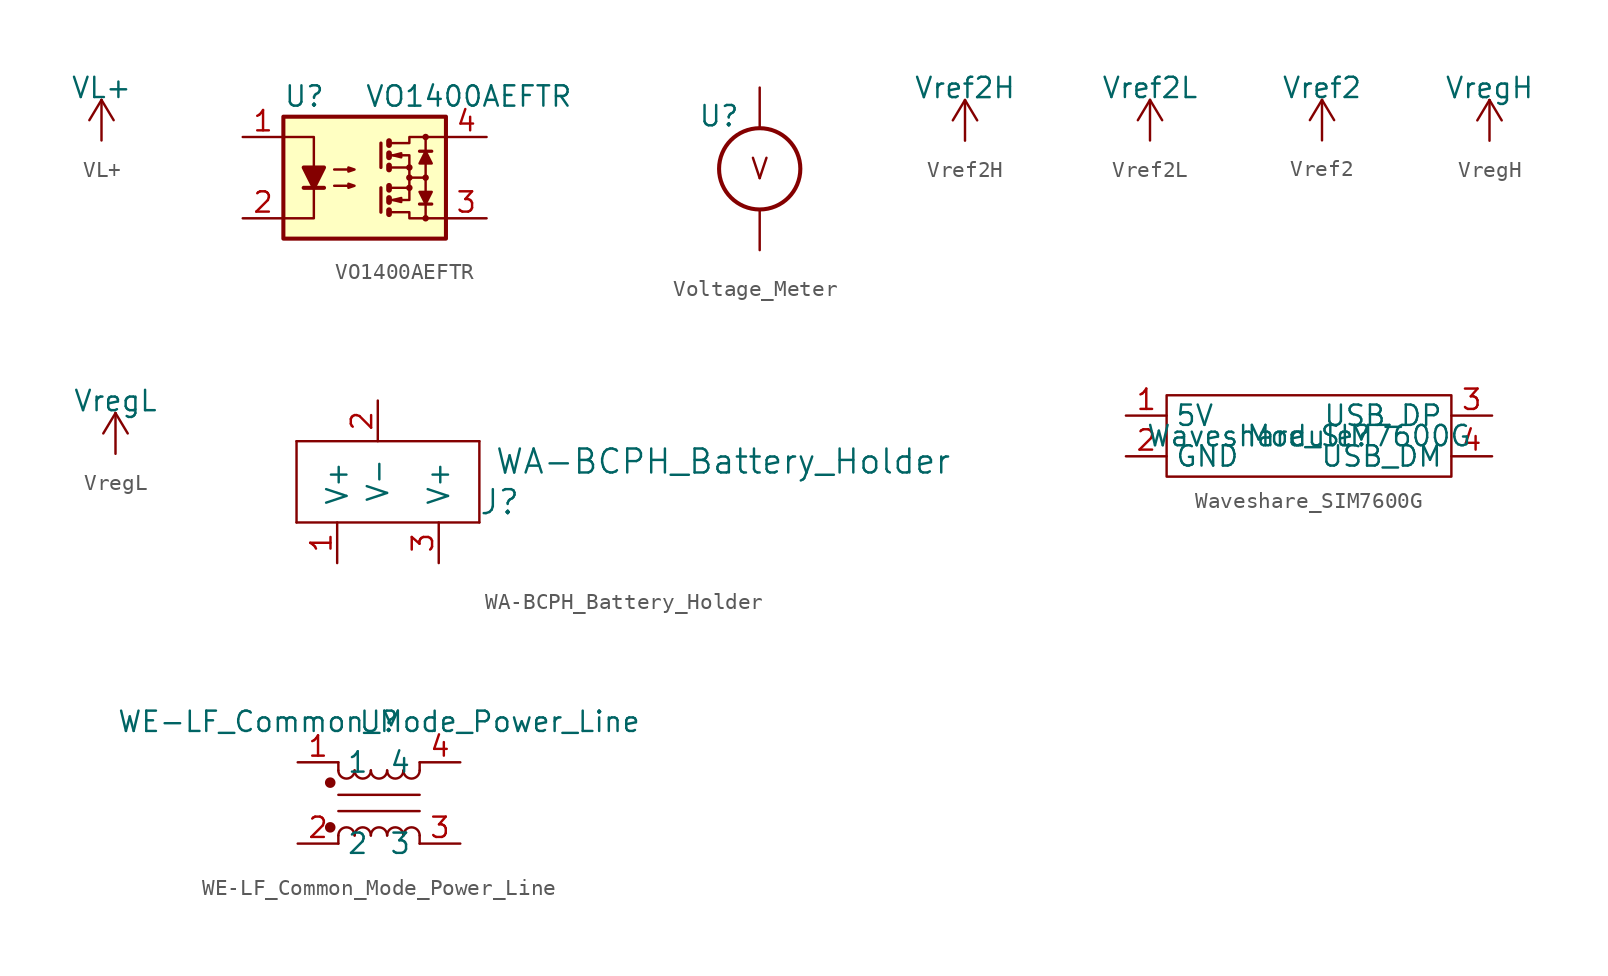
<source format=kicad_sym>
(kicad_symbol_lib
  (version 20231120)
  (generator "kicad_symbol_editor")
  (generator_version "8.0")
  (symbol "VL+"
    (power)
    (pin_names
      (offset 0))
    (property "Reference" "#PWR"
      (at 0 -3.81 0)
      (effects (font (size 1.27 1.27)) (hide yes)))
    (property "Value" "VL+"
      (at 0 3.302 0)
      (effects (font (size 1.27 1.27))))
    (symbol "VL+_0_1"
      (polyline (pts (xy -0.762 1.27) (xy 0 2.54)) (stroke (width 0) (type default)) (fill (type none)))
      (polyline (pts (xy 0 0) (xy 0 2.54)) (stroke (width 0) (type default)) (fill (type none)))
      (polyline (pts (xy 0 2.54) (xy 0.762 1.27)) (stroke (width 0) (type default)) (fill (type none))))
    (symbol "VL+_1_1"
      (pin power_in line (at 0 0 90) (length 0) hide (name "VL+" (effects (font (size 1.27 1.27)))) (number "1" (effects (font (size 1.27 1.27)))))))
  (symbol "VO1400AEFTR"
    (pin_names
      (offset 1.016))
    (property "Reference" "U"
      (at -5.08 5.08 0)
      (effects (font (size 1.27 1.27)) (justify left)))
    (property "Value" "VO1400AEFTR"
      (at 0 5.08 0)
      (effects (font (size 1.27 1.27)) (justify left)))
    (symbol "VO1400AEFTR_0_1"
      (rectangle (start -5.08 3.81) (end 5.08 -3.81) (stroke (width 0.254) (type default)) (fill (type background)))
      (polyline (pts (xy -3.81 -0.635) (xy -2.54 -0.635)) (stroke (width 0.254) (type default)) (fill (type none)))
      (polyline (pts (xy 1.016 -0.635) (xy 1.016 -2.159)) (stroke (width 0.203) (type default)) (fill (type none)))
      (polyline (pts (xy 1.016 2.159) (xy 1.016 0.635)) (stroke (width 0.203) (type default)) (fill (type none)))
      (polyline (pts (xy 1.524 -0.508) (xy 1.524 -0.762)) (stroke (width 0.356) (type default)) (fill (type none)))
      (polyline (pts (xy 2.794 0) (xy 3.81 0)) (stroke (width 0) (type default)) (fill (type none)))
      (polyline (pts (xy 3.429 -1.651) (xy 4.191 -1.651)) (stroke (width 0.203) (type default)) (fill (type none)))
      (polyline (pts (xy 3.429 1.651) (xy 4.191 1.651)) (stroke (width 0.203) (type default)) (fill (type none)))
      (polyline (pts (xy 3.81 0) (xy 3.81 -2.54)) (stroke (width 0) (type default)) (fill (type none)))
      (polyline (pts (xy 3.81 0) (xy 3.81 2.54)) (stroke (width 0) (type default)) (fill (type none)))
      (polyline (pts (xy -5.08 2.54) (xy -3.175 2.54) (xy -3.175 0.635)) (stroke (width 0) (type default)) (fill (type none)))
      (polyline (pts (xy -3.175 -0.635) (xy -3.175 -2.54) (xy -5.08 -2.54)) (stroke (width 0) (type default)) (fill (type none)))
      (polyline (pts (xy 1.524 -2.032) (xy 1.524 -2.286) (xy 1.524 -2.286)) (stroke (width 0.356) (type default)) (fill (type none)))
      (polyline (pts (xy 1.524 -1.27) (xy 1.524 -1.524) (xy 1.524 -1.524)) (stroke (width 0.356) (type default)) (fill (type none)))
      (polyline (pts (xy 1.524 0.762) (xy 1.524 0.508) (xy 1.524 0.508)) (stroke (width 0.356) (type default)) (fill (type none)))
      (polyline (pts (xy 1.524 1.524) (xy 1.524 1.27) (xy 1.524 1.27)) (stroke (width 0.356) (type default)) (fill (type none)))
      (polyline (pts (xy 1.524 2.286) (xy 1.524 2.032) (xy 1.524 2.032)) (stroke (width 0.356) (type default)) (fill (type none)))
      (polyline (pts (xy 1.651 -1.397) (xy 2.794 -1.397) (xy 2.794 -0.635)) (stroke (width 0) (type default)) (fill (type none)))
      (polyline (pts (xy 1.651 1.397) (xy 2.794 1.397) (xy 2.794 0.635)) (stroke (width 0) (type default)) (fill (type none)))
      (polyline (pts (xy -3.175 -0.635) (xy -3.81 0.635) (xy -2.54 0.635) (xy -3.175 -0.635)) (stroke (width 0.254) (type default)) (fill (type outline)))
      (polyline (pts (xy 1.651 -2.159) (xy 2.794 -2.159) (xy 2.794 -2.54) (xy 5.08 -2.54)) (stroke (width 0) (type default)) (fill (type none)))
      (polyline (pts (xy 1.651 -0.635) (xy 2.794 -0.635) (xy 2.794 0.635) (xy 1.651 0.635)) (stroke (width 0) (type default)) (fill (type none)))
      (polyline (pts (xy 1.651 2.159) (xy 2.794 2.159) (xy 2.794 2.54) (xy 5.08 2.54)) (stroke (width 0) (type default)) (fill (type none)))
      (polyline (pts (xy 1.778 -1.397) (xy 2.286 -1.27) (xy 2.286 -1.524) (xy 1.778 -1.397)) (stroke (width 0) (type default)) (fill (type none)))
      (polyline (pts (xy 1.778 1.397) (xy 2.286 1.524) (xy 2.286 1.27) (xy 1.778 1.397)) (stroke (width 0) (type default)) (fill (type none)))
      (polyline (pts (xy 3.81 -1.651) (xy 3.429 -0.889) (xy 4.191 -0.889) (xy 3.81 -1.651)) (stroke (width 0) (type default)) (fill (type outline)))
      (polyline (pts (xy 3.81 1.651) (xy 3.429 0.889) (xy 4.191 0.889) (xy 3.81 1.651)) (stroke (width 0) (type default)) (fill (type outline)))
      (polyline (pts (xy -1.905 -0.508) (xy -0.635 -0.508) (xy -1.016 -0.635) (xy -1.016 -0.381) (xy -0.635 -0.508)) (stroke (width 0) (type default)) (fill (type none)))
      (polyline (pts (xy -1.905 0.508) (xy -0.635 0.508) (xy -1.016 0.381) (xy -1.016 0.635) (xy -0.635 0.508)) (stroke (width 0) (type default)) (fill (type none)))
      (circle (center 2.794 -0.635) (radius 0.127) (stroke (width 0) (type default)) (fill (type none)))
      (circle (center 2.794 0) (radius 0.127) (stroke (width 0) (type default)) (fill (type none)))
      (circle (center 2.794 0.635) (radius 0.127) (stroke (width 0) (type default)) (fill (type none)))
      (circle (center 3.81 -2.54) (radius 0.127) (stroke (width 0) (type default)) (fill (type none)))
      (circle (center 3.81 0) (radius 0.127) (stroke (width 0) (type default)) (fill (type none)))
      (circle (center 3.81 2.54) (radius 0.127) (stroke (width 0) (type default)) (fill (type none))))
    (symbol "VO1400AEFTR_1_1"
      (pin passive line (at -7.62 2.54 0) (length 2.54) (name "~" (effects (font (size 1.27 1.27)))) (number "1" (effects (font (size 1.27 1.27)))))
      (pin passive line (at -7.62 -2.54 0) (length 2.54) (name "~" (effects (font (size 1.27 1.27)))) (number "2" (effects (font (size 1.27 1.27)))))
      (pin passive line (at 7.62 -2.54 180) (length 2.54) (name "~" (effects (font (size 1.27 1.27)))) (number "3" (effects (font (size 1.27 1.27)))))
      (pin passive line (at 7.62 2.54 180) (length 2.54) (name "~" (effects (font (size 1.27 1.27)))) (number "4" (effects (font (size 1.27 1.27)))))))
  (symbol "Voltage_Meter"
    (property "Reference" "U"
      (at -2.54 3.302 0)
      (effects (font (size 1.27 1.27))))
    (property "Value" ""
      (at 0 0 0)
      (effects (font (size 1.27 1.27))))
    (symbol "Voltage_Meter_0_1"
      (circle (center 0 0) (radius 2.54) (stroke (width 0.254) (type default)) (fill (type none))))
    (symbol "Voltage_Meter_1_1"
      (text "V" (at 0 0 0) (effects (font (size 1.27 1.27))))
      (pin passive line (at 0 -5.08 90) (length 2.54) (name "" (effects (font (size 1.27 1.27)))) (number "" (effects (font (size 1.27 1.27)))))
      (pin passive line (at 0 5.08 270) (length 2.54) (name "" (effects (font (size 1.27 1.27)))) (number "" (effects (font (size 1.27 1.27)))))))
  (symbol "Vref2H"
    (power)
    (pin_names
      (offset 0))
    (property "Reference" "#PWR"
      (at 0 -3.81 0)
      (effects (font (size 1.27 1.27)) (hide yes)))
    (property "Value" "Vref2H"
      (at 0 3.302 0)
      (effects (font (size 1.27 1.27))))
    (symbol "Vref2H_0_1"
      (polyline (pts (xy -0.762 1.27) (xy 0 2.54)) (stroke (width 0) (type default)) (fill (type none)))
      (polyline (pts (xy 0 0) (xy 0 2.54)) (stroke (width 0) (type default)) (fill (type none)))
      (polyline (pts (xy 0 2.54) (xy 0.762 1.27)) (stroke (width 0) (type default)) (fill (type none))))
    (symbol "Vref2H_1_1"
      (pin power_in line (at 0 0 90) (length 0) hide (name "Vref2H" (effects (font (size 1.27 1.27)))) (number "1" (effects (font (size 1.27 1.27)))))))
  (symbol "Vref2L"
    (power)
    (pin_names
      (offset 0))
    (property "Reference" "#PWR"
      (at 0 -3.81 0)
      (effects (font (size 1.27 1.27)) (hide yes)))
    (property "Value" "Vref2L"
      (at 0 3.302 0)
      (effects (font (size 1.27 1.27))))
    (symbol "Vref2L_0_1"
      (polyline (pts (xy -0.762 1.27) (xy 0 2.54)) (stroke (width 0) (type default)) (fill (type none)))
      (polyline (pts (xy 0 0) (xy 0 2.54)) (stroke (width 0) (type default)) (fill (type none)))
      (polyline (pts (xy 0 2.54) (xy 0.762 1.27)) (stroke (width 0) (type default)) (fill (type none))))
    (symbol "Vref2L_1_1"
      (pin power_in line (at 0 0 90) (length 0) hide (name "Vref2L" (effects (font (size 1.27 1.27)))) (number "1" (effects (font (size 1.27 1.27)))))))
  (symbol "Vref2"
    (power)
    (pin_names
      (offset 0))
    (property "Reference" "#PWR"
      (at 0 -3.81 0)
      (effects (font (size 1.27 1.27)) (hide yes)))
    (property "Value" "Vref2"
      (at 0 3.302 0)
      (effects (font (size 1.27 1.27))))
    (symbol "Vref2_0_1"
      (polyline (pts (xy -0.762 1.27) (xy 0 2.54)) (stroke (width 0) (type default)) (fill (type none)))
      (polyline (pts (xy 0 0) (xy 0 2.54)) (stroke (width 0) (type default)) (fill (type none)))
      (polyline (pts (xy 0 2.54) (xy 0.762 1.27)) (stroke (width 0) (type default)) (fill (type none))))
    (symbol "Vref2_1_1"
      (pin power_in line (at 0 0 90) (length 0) hide (name "Vref2" (effects (font (size 1.27 1.27)))) (number "1" (effects (font (size 1.27 1.27)))))))
  (symbol "VregH"
    (power)
    (pin_names
      (offset 0))
    (property "Reference" "#PWR"
      (at 0 -3.81 0)
      (effects (font (size 1.27 1.27)) (hide yes)))
    (property "Value" "VregH"
      (at 0 3.302 0)
      (effects (font (size 1.27 1.27))))
    (symbol "VregH_0_1"
      (polyline (pts (xy -0.762 1.27) (xy 0 2.54)) (stroke (width 0) (type default)) (fill (type none)))
      (polyline (pts (xy 0 0) (xy 0 2.54)) (stroke (width 0) (type default)) (fill (type none)))
      (polyline (pts (xy 0 2.54) (xy 0.762 1.27)) (stroke (width 0) (type default)) (fill (type none))))
    (symbol "VregH_1_1"
      (pin power_in line (at 0 0 90) (length 0) hide (name "VregH" (effects (font (size 1.27 1.27)))) (number "1" (effects (font (size 1.27 1.27)))))))
  (symbol "VregL"
    (power)
    (pin_names
      (offset 0))
    (property "Reference" "#PWR"
      (at 0 -3.81 0)
      (effects (font (size 1.27 1.27)) (hide yes)))
    (property "Value" "VregL"
      (at 0 3.302 0)
      (effects (font (size 1.27 1.27))))
    (symbol "VregL_0_1"
      (polyline (pts (xy -0.762 1.27) (xy 0 2.54)) (stroke (width 0) (type default)) (fill (type none)))
      (polyline (pts (xy 0 0) (xy 0 2.54)) (stroke (width 0) (type default)) (fill (type none)))
      (polyline (pts (xy 0 2.54) (xy 0.762 1.27)) (stroke (width 0) (type default)) (fill (type none))))
    (symbol "VregL_1_1"
      (pin power_in line (at 0 0 90) (length 0) hide (name "VregL" (effects (font (size 1.27 1.27)))) (number "1" (effects (font (size 1.27 1.27)))))))
  (symbol "WA-BCPH_Battery_Holder"
    (pin_names
      (offset 1.016))
    (property "Reference" "J"
      (at 7.62 -7.62 0)
      (effects (font (size 1.499 1.499))))
    (property "Value" "WA-BCPH_Battery_Holder"
      (at 21.59 -5.08 0)
      (effects (font (size 1.499 1.499))))
    (symbol "WA-BCPH_Battery_Holder_0_1"
      (rectangle (start -5.08 -8.89) (end 6.35 -8.89) (stroke (width 0) (type default)) (fill (type none)))
      (rectangle (start -5.08 -3.81) (end -5.08 -8.89) (stroke (width 0) (type default)) (fill (type none)))
      (rectangle (start -5.08 -3.81) (end 6.35 -3.81) (stroke (width 0) (type default)) (fill (type none)))
      (rectangle (start 6.35 -3.81) (end 6.35 -8.89) (stroke (width 0) (type default)) (fill (type none))))
    (symbol "WA-BCPH_Battery_Holder_1_1"
      (pin output line (at -2.54 -11.43 90) (length 2.54) (name "V+" (effects (font (size 1.27 1.27)))) (number "1" (effects (font (size 1.27 1.27)))))
      (pin output line (at 0 -1.27 270) (length 2.54) (name "V-" (effects (font (size 1.27 1.27)))) (number "2" (effects (font (size 1.27 1.27)))))
      (pin output line (at 3.81 -11.43 90) (length 2.54) (name "V+" (effects (font (size 1.27 1.27)))) (number "3" (effects (font (size 1.27 1.27)))))))
  (symbol "Waveshare_SIM7600G"
    (property "Reference" "Module"
      (at 0 0 0)
      (effects (font (size 1.27 1.27))))
    (property "Value" "Waveshare_SIM7600G"
      (at 0 0 0)
      (effects (font (size 1.27 1.27))))
    (symbol "Waveshare_SIM7600G_0_1"
      (rectangle (start -8.89 2.54) (end 8.89 -2.54) (stroke (width 0) (type default)) (fill (type none))))
    (symbol "Waveshare_SIM7600G_1_1"
      (pin power_in line (at -11.43 1.27 0) (length 2.54) (name "5V" (effects (font (size 1.27 1.27)))) (number "1" (effects (font (size 1.27 1.27)))))
      (pin power_in line (at -11.43 -1.27 0) (length 2.54) (name "GND" (effects (font (size 1.27 1.27)))) (number "2" (effects (font (size 1.27 1.27)))))
      (pin bidirectional line (at 11.43 1.27 180) (length 2.54) (name "USB_DP" (effects (font (size 1.27 1.27)))) (number "3" (effects (font (size 1.27 1.27)))))
      (pin bidirectional line (at 11.43 -1.27 180) (length 2.54) (name "USB_DM" (effects (font (size 1.27 1.27)))) (number "4" (effects (font (size 1.27 1.27)))))))
  (symbol "WE-LF_Common_Mode_Power_Line"
    (property "Reference" "U"
      (at 0 0 0)
      (effects (font (size 1.27 1.27))))
    (property "Value" "WE-LF_Common_Mode_Power_Line"
      (at 0 0 0)
      (effects (font (size 1.27 1.27))))
    (symbol "WE-LF_Common_Mode_Power_Line_0_1"
      (circle (center -3.048 -6.604) (radius 0.254) (stroke (width 0) (type default)) (fill (type outline)))
      (circle (center -3.048 -3.81) (radius 0.254) (stroke (width 0) (type default)) (fill (type outline)))
      (arc (start -2.54 -3.048) (mid -2.032 -3.5538) (end -1.524 -3.048) (stroke (width 0) (type default)) (fill (type none)))
      (arc (start -1.524 -7.112) (mid -2.032 -6.6062) (end -2.54 -7.112) (stroke (width 0) (type default)) (fill (type none)))
      (arc (start -1.524 -3.048) (mid -1.016 -3.5538) (end -0.508 -3.048) (stroke (width 0) (type default)) (fill (type none)))
      (arc (start -0.508 -7.112) (mid -1.016 -6.6062) (end -1.524 -7.112) (stroke (width 0) (type default)) (fill (type none)))
      (arc (start -0.508 -3.048) (mid 0 -3.5538) (end 0.508 -3.048) (stroke (width 0) (type default)) (fill (type none)))
      (polyline (pts (xy -2.54 -7.112) (xy -2.54 -7.62)) (stroke (width 0) (type default)) (fill (type none)))
      (polyline (pts (xy -2.54 -5.588) (xy 2.54 -5.588)) (stroke (width 0) (type default)) (fill (type none)))
      (polyline (pts (xy -2.54 -3.048) (xy -2.54 -2.54)) (stroke (width 0) (type default)) (fill (type none)))
      (polyline (pts (xy 2.54 -7.62) (xy 2.54 -7.112)) (stroke (width 0) (type default)) (fill (type none)))
      (polyline (pts (xy 2.54 -4.572) (xy -2.54 -4.572)) (stroke (width 0) (type default)) (fill (type none)))
      (polyline (pts (xy 2.54 -3.048) (xy 2.54 -2.54)) (stroke (width 0) (type default)) (fill (type none)))
      (arc (start 0.508 -7.112) (mid 0 -6.6062) (end -0.508 -7.112) (stroke (width 0) (type default)) (fill (type none)))
      (arc (start 0.508 -3.048) (mid 1.016 -3.5538) (end 1.524 -3.048) (stroke (width 0) (type default)) (fill (type none)))
      (arc (start 1.524 -7.112) (mid 1.016 -6.6062) (end 0.508 -7.112) (stroke (width 0) (type default)) (fill (type none)))
      (arc (start 1.524 -3.048) (mid 2.032 -3.5538) (end 2.54 -3.048) (stroke (width 0) (type default)) (fill (type none)))
      (arc (start 2.54 -7.112) (mid 2.032 -6.6062) (end 1.524 -7.112) (stroke (width 0) (type default)) (fill (type none))))
    (symbol "WE-LF_Common_Mode_Power_Line_1_1"
      (pin passive line (at -5.08 -2.54 0) (length 2.54) (name "1" (effects (font (size 1.27 1.27)))) (number "1" (effects (font (size 1.27 1.27)))))
      (pin passive line (at -5.08 -7.62 0) (length 2.54) (name "2" (effects (font (size 1.27 1.27)))) (number "2" (effects (font (size 1.27 1.27)))))
      (pin passive line (at 5.08 -7.62 180) (length 2.54) (name "3" (effects (font (size 1.27 1.27)))) (number "3" (effects (font (size 1.27 1.27)))))
      (pin passive line (at 5.08 -2.54 180) (length 2.54) (name "4" (effects (font (size 1.27 1.27)))) (number "4" (effects (font (size 1.27 1.27))))))))
</source>
